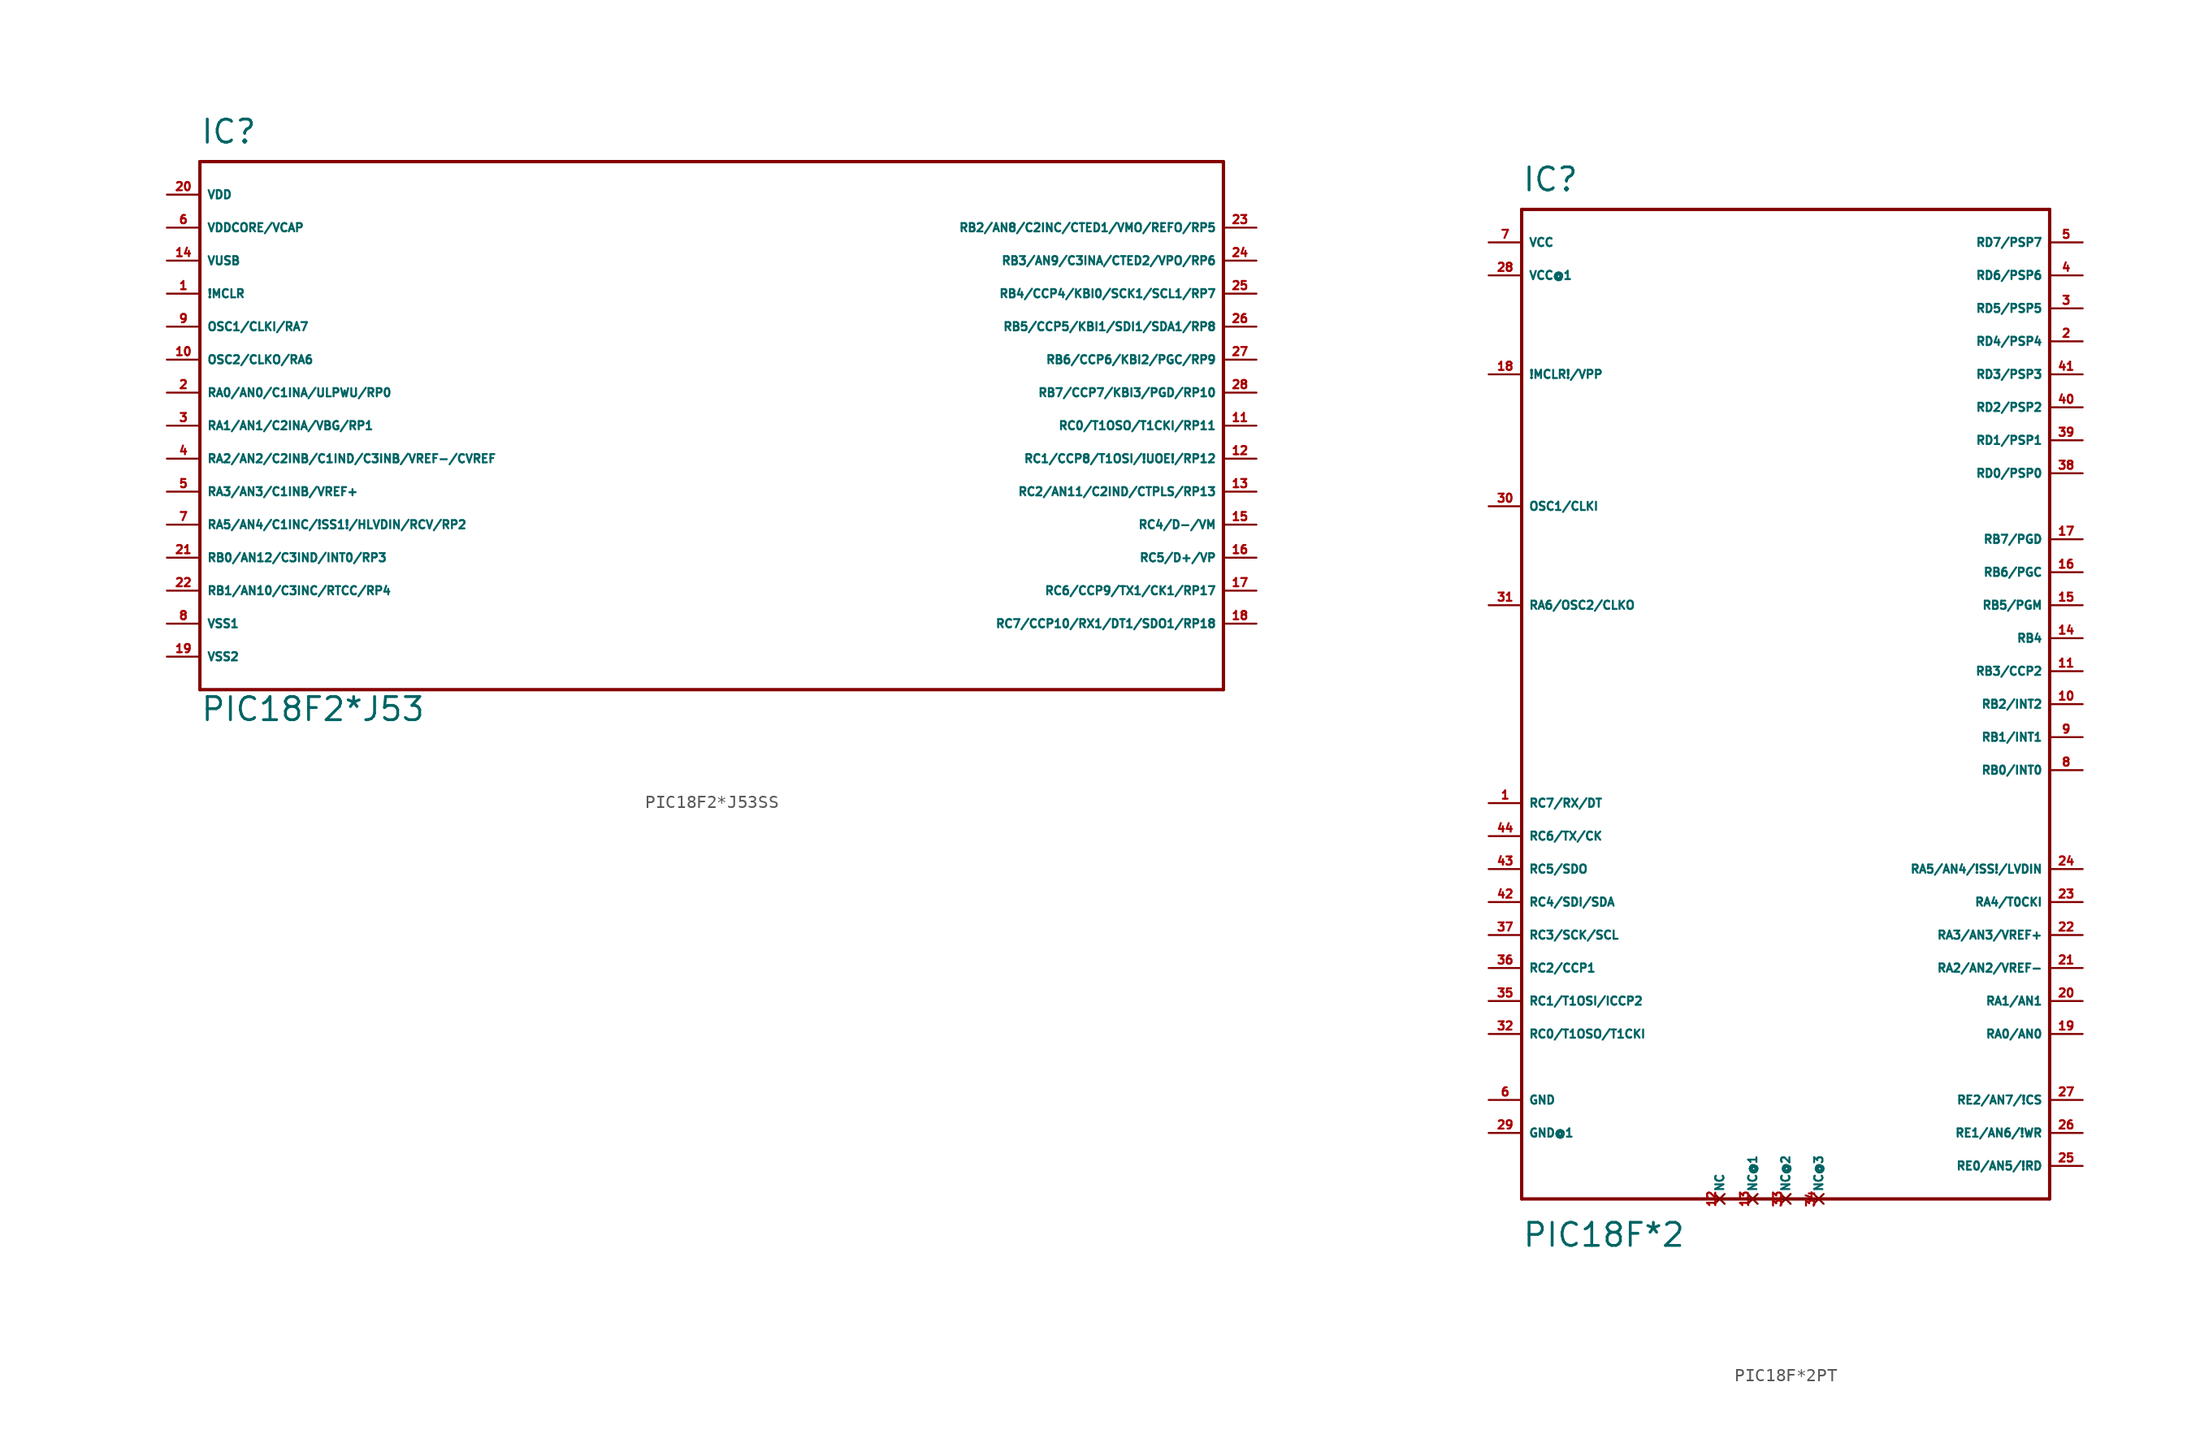
<source format=kicad_sym>
(kicad_symbol_lib
  (version 20220914)
  (generator Eagle2Kicad)
  (symbol "PIC18F2*J53SS"
    (property "Reference" "IC"
      (at -38.1 21.59 0)
      (effects (font (size 1.778 1.778) (thickness 0.22)) (justify left bottom)))
    (property "Value" "PIC18F2*J53"
      (at -38.1 -22.86 0)
      (effects (font (size 1.778 1.778) (thickness 0.22)) (justify left bottom)))
    (polyline
      (pts (xy -38.1 20.32) (xy 40.64 20.32))
      (stroke (width 0.254) (type default))
      (fill (type none)))
    (polyline
      (pts (xy 40.64 20.32) (xy 40.64 -20.32))
      (stroke (width 0.254) (type default))
      (fill (type none)))
    (polyline
      (pts (xy 40.64 -20.32) (xy -38.1 -20.32))
      (stroke (width 0.254) (type default))
      (fill (type none)))
    (polyline
      (pts (xy -38.1 -20.32) (xy -38.1 20.32))
      (stroke (width 0.254) (type default))
      (fill (type none)))
    (pin input line
      (at -40.64 10.16 0)
      (length 2.54)
      (name "!MCLR" (effects (font (size 0.635 0.635) (thickness 0.08)) (justify left bottom)))
      (number "1" (effects (font (size 0.635 0.635) (thickness 0.08)) (justify left bottom))))
    (pin bidirectional line
      (at -40.64 7.62 0)
      (length 2.54)
      (name "OSC1/CLKI/RA7" (effects (font (size 0.635 0.635) (thickness 0.08)) (justify left bottom)))
      (number "9" (effects (font (size 0.635 0.635) (thickness 0.08)) (justify left bottom))))
    (pin bidirectional line
      (at -40.64 5.08 0)
      (length 2.54)
      (name "OSC2/CLKO/RA6" (effects (font (size 0.635 0.635) (thickness 0.08)) (justify left bottom)))
      (number "10" (effects (font (size 0.635 0.635) (thickness 0.08)) (justify left bottom))))
    (pin bidirectional line
      (at -40.64 2.54 0)
      (length 2.54)
      (name "RA0/AN0/C1INA/ULPWU/RP0" (effects (font (size 0.635 0.635) (thickness 0.08)) (justify left bottom)))
      (number "2" (effects (font (size 0.635 0.635) (thickness 0.08)) (justify left bottom))))
    (pin bidirectional line
      (at -40.64 0 0)
      (length 2.54)
      (name "RA1/AN1/C2INA/VBG/RP1" (effects (font (size 0.635 0.635) (thickness 0.08)) (justify left bottom)))
      (number "3" (effects (font (size 0.635 0.635) (thickness 0.08)) (justify left bottom))))
    (pin bidirectional line
      (at -40.64 -2.54 0)
      (length 2.54)
      (name "RA2/AN2/C2INB/C1IND/C3INB/VREF-/CVREF" (effects (font (size 0.635 0.635) (thickness 0.08)) (justify left bottom)))
      (number "4" (effects (font (size 0.635 0.635) (thickness 0.08)) (justify left bottom))))
    (pin bidirectional line
      (at -40.64 -5.08 0)
      (length 2.54)
      (name "RA3/AN3/C1INB/VREF+" (effects (font (size 0.635 0.635) (thickness 0.08)) (justify left bottom)))
      (number "5" (effects (font (size 0.635 0.635) (thickness 0.08)) (justify left bottom))))
    (pin bidirectional line
      (at -40.64 -7.62 0)
      (length 2.54)
      (name "RA5/AN4/C1INC/!SS1!/HLVDIN/RCV/RP2" (effects (font (size 0.635 0.635) (thickness 0.08)) (justify left bottom)))
      (number "7" (effects (font (size 0.635 0.635) (thickness 0.08)) (justify left bottom))))
    (pin bidirectional line
      (at -40.64 -10.16 0)
      (length 2.54)
      (name "RB0/AN12/C3IND/INT0/RP3" (effects (font (size 0.635 0.635) (thickness 0.08)) (justify left bottom)))
      (number "21" (effects (font (size 0.635 0.635) (thickness 0.08)) (justify left bottom))))
    (pin bidirectional line
      (at -40.64 -12.7 0)
      (length 2.54)
      (name "RB1/AN10/C3INC/RTCC/RP4" (effects (font (size 0.635 0.635) (thickness 0.08)) (justify left bottom)))
      (number "22" (effects (font (size 0.635 0.635) (thickness 0.08)) (justify left bottom))))
    (pin bidirectional line
      (at 43.18 15.24 180)
      (length 2.54)
      (name "RB2/AN8/C2INC/CTED1/VMO/REFO/RP5" (effects (font (size 0.635 0.635) (thickness 0.08)) (justify left bottom)))
      (number "23" (effects (font (size 0.635 0.635) (thickness 0.08)) (justify left bottom))))
    (pin bidirectional line
      (at 43.18 12.7 180)
      (length 2.54)
      (name "RB3/AN9/C3INA/CTED2/VPO/RP6" (effects (font (size 0.635 0.635) (thickness 0.08)) (justify left bottom)))
      (number "24" (effects (font (size 0.635 0.635) (thickness 0.08)) (justify left bottom))))
    (pin bidirectional line
      (at 43.18 10.16 180)
      (length 2.54)
      (name "RB4/CCP4/KBI0/SCK1/SCL1/RP7" (effects (font (size 0.635 0.635) (thickness 0.08)) (justify left bottom)))
      (number "25" (effects (font (size 0.635 0.635) (thickness 0.08)) (justify left bottom))))
    (pin bidirectional line
      (at 43.18 7.62 180)
      (length 2.54)
      (name "RB5/CCP5/KBI1/SDI1/SDA1/RP8" (effects (font (size 0.635 0.635) (thickness 0.08)) (justify left bottom)))
      (number "26" (effects (font (size 0.635 0.635) (thickness 0.08)) (justify left bottom))))
    (pin bidirectional line
      (at 43.18 5.08 180)
      (length 2.54)
      (name "RB6/CCP6/KBI2/PGC/RP9" (effects (font (size 0.635 0.635) (thickness 0.08)) (justify left bottom)))
      (number "27" (effects (font (size 0.635 0.635) (thickness 0.08)) (justify left bottom))))
    (pin bidirectional line
      (at 43.18 2.54 180)
      (length 2.54)
      (name "RB7/CCP7/KBI3/PGD/RP10" (effects (font (size 0.635 0.635) (thickness 0.08)) (justify left bottom)))
      (number "28" (effects (font (size 0.635 0.635) (thickness 0.08)) (justify left bottom))))
    (pin bidirectional line
      (at 43.18 0 180)
      (length 2.54)
      (name "RC0/T1OSO/T1CKI/RP11" (effects (font (size 0.635 0.635) (thickness 0.08)) (justify left bottom)))
      (number "11" (effects (font (size 0.635 0.635) (thickness 0.08)) (justify left bottom))))
    (pin bidirectional line
      (at 43.18 -2.54 180)
      (length 2.54)
      (name "RC1/CCP8/T1OSI/!UOE!/RP12" (effects (font (size 0.635 0.635) (thickness 0.08)) (justify left bottom)))
      (number "12" (effects (font (size 0.635 0.635) (thickness 0.08)) (justify left bottom))))
    (pin bidirectional line
      (at 43.18 -5.08 180)
      (length 2.54)
      (name "RC2/AN11/C2IND/CTPLS/RP13" (effects (font (size 0.635 0.635) (thickness 0.08)) (justify left bottom)))
      (number "13" (effects (font (size 0.635 0.635) (thickness 0.08)) (justify left bottom))))
    (pin bidirectional line
      (at 43.18 -7.62 180)
      (length 2.54)
      (name "RC4/D-/VM" (effects (font (size 0.635 0.635) (thickness 0.08)) (justify left bottom)))
      (number "15" (effects (font (size 0.635 0.635) (thickness 0.08)) (justify left bottom))))
    (pin bidirectional line
      (at 43.18 -10.16 180)
      (length 2.54)
      (name "RC5/D+/VP" (effects (font (size 0.635 0.635) (thickness 0.08)) (justify left bottom)))
      (number "16" (effects (font (size 0.635 0.635) (thickness 0.08)) (justify left bottom))))
    (pin bidirectional line
      (at 43.18 -12.7 180)
      (length 2.54)
      (name "RC6/CCP9/TX1/CK1/RP17" (effects (font (size 0.635 0.635) (thickness 0.08)) (justify left bottom)))
      (number "17" (effects (font (size 0.635 0.635) (thickness 0.08)) (justify left bottom))))
    (pin bidirectional line
      (at 43.18 -15.24 180)
      (length 2.54)
      (name "RC7/CCP10/RX1/DT1/SDO1/RP18" (effects (font (size 0.635 0.635) (thickness 0.08)) (justify left bottom)))
      (number "18" (effects (font (size 0.635 0.635) (thickness 0.08)) (justify left bottom))))
    (pin input line
      (at -40.64 -15.24 0)
      (length 2.54)
      (name "VSS1" (effects (font (size 0.635 0.635) (thickness 0.08)) (justify left bottom)))
      (number "8" (effects (font (size 0.635 0.635) (thickness 0.08)) (justify left bottom))))
    (pin input line
      (at -40.64 -17.78 0)
      (length 2.54)
      (name "VSS2" (effects (font (size 0.635 0.635) (thickness 0.08)) (justify left bottom)))
      (number "19" (effects (font (size 0.635 0.635) (thickness 0.08)) (justify left bottom))))
    (pin input line
      (at -40.64 17.78 0)
      (length 2.54)
      (name "VDD" (effects (font (size 0.635 0.635) (thickness 0.08)) (justify left bottom)))
      (number "20" (effects (font (size 0.635 0.635) (thickness 0.08)) (justify left bottom))))
    (pin input line
      (at -40.64 15.24 0)
      (length 2.54)
      (name "VDDCORE/VCAP" (effects (font (size 0.635 0.635) (thickness 0.08)) (justify left bottom)))
      (number "6" (effects (font (size 0.635 0.635) (thickness 0.08)) (justify left bottom))))
    (pin input line
      (at -40.64 12.7 0)
      (length 2.54)
      (name "VUSB" (effects (font (size 0.635 0.635) (thickness 0.08)) (justify left bottom)))
      (number "14" (effects (font (size 0.635 0.635) (thickness 0.08)) (justify left bottom)))))
  (symbol "PIC18F*2PT"
    (property "Reference" "IC"
      (at -20.32 36.83 0)
      (effects (font (size 1.778 1.778) (thickness 0.22)) (justify left bottom)))
    (property "Value" "PIC18F*2"
      (at -20.32 -44.45 0)
      (effects (font (size 1.778 1.778) (thickness 0.22)) (justify left bottom)))
    (polyline
      (pts (xy -20.32 35.56) (xy 20.32 35.56))
      (stroke (width 0.254) (type default))
      (fill (type none)))
    (polyline
      (pts (xy 20.32 35.56) (xy 20.32 -40.64))
      (stroke (width 0.254) (type default))
      (fill (type none)))
    (polyline
      (pts (xy 20.32 -40.64) (xy -20.32 -40.64))
      (stroke (width 0.254) (type default))
      (fill (type none)))
    (polyline
      (pts (xy -20.32 -40.64) (xy -20.32 35.56))
      (stroke (width 0.254) (type default))
      (fill (type none)))
    (pin bidirectional line
      (at -22.86 -10.16 0)
      (length 2.54)
      (name "RC7/RX/DT" (effects (font (size 0.635 0.635) (thickness 0.08)) (justify left bottom)))
      (number "1" (effects (font (size 0.635 0.635) (thickness 0.08)) (justify left bottom))))
    (pin bidirectional line
      (at 22.86 25.4 180)
      (length 2.54)
      (name "RD4/PSP4" (effects (font (size 0.635 0.635) (thickness 0.08)) (justify left bottom)))
      (number "2" (effects (font (size 0.635 0.635) (thickness 0.08)) (justify left bottom))))
    (pin bidirectional line
      (at 22.86 27.94 180)
      (length 2.54)
      (name "RD5/PSP5" (effects (font (size 0.635 0.635) (thickness 0.08)) (justify left bottom)))
      (number "3" (effects (font (size 0.635 0.635) (thickness 0.08)) (justify left bottom))))
    (pin bidirectional line
      (at 22.86 30.48 180)
      (length 2.54)
      (name "RD6/PSP6" (effects (font (size 0.635 0.635) (thickness 0.08)) (justify left bottom)))
      (number "4" (effects (font (size 0.635 0.635) (thickness 0.08)) (justify left bottom))))
    (pin bidirectional line
      (at 22.86 33.02 180)
      (length 2.54)
      (name "RD7/PSP7" (effects (font (size 0.635 0.635) (thickness 0.08)) (justify left bottom)))
      (number "5" (effects (font (size 0.635 0.635) (thickness 0.08)) (justify left bottom))))
    (pin unspecified line
      (at -22.86 -33.02 0)
      (length 2.54)
      (name "GND" (effects (font (size 0.635 0.635) (thickness 0.08)) (justify left bottom)))
      (number "6" (effects (font (size 0.635 0.635) (thickness 0.08)) (justify left bottom))))
    (pin unspecified line
      (at -22.86 33.02 0)
      (length 2.54)
      (name "VCC" (effects (font (size 0.635 0.635) (thickness 0.08)) (justify left bottom)))
      (number "7" (effects (font (size 0.635 0.635) (thickness 0.08)) (justify left bottom))))
    (pin bidirectional line
      (at 22.86 -7.62 180)
      (length 2.54)
      (name "RB0/INT0" (effects (font (size 0.635 0.635) (thickness 0.08)) (justify left bottom)))
      (number "8" (effects (font (size 0.635 0.635) (thickness 0.08)) (justify left bottom))))
    (pin bidirectional line
      (at 22.86 -5.08 180)
      (length 2.54)
      (name "RB1/INT1" (effects (font (size 0.635 0.635) (thickness 0.08)) (justify left bottom)))
      (number "9" (effects (font (size 0.635 0.635) (thickness 0.08)) (justify left bottom))))
    (pin bidirectional line
      (at 22.86 -2.54 180)
      (length 2.54)
      (name "RB2/INT2" (effects (font (size 0.635 0.635) (thickness 0.08)) (justify left bottom)))
      (number "10" (effects (font (size 0.635 0.635) (thickness 0.08)) (justify left bottom))))
    (pin bidirectional line
      (at 22.86 0 180)
      (length 2.54)
      (name "RB3/CCP2" (effects (font (size 0.635 0.635) (thickness 0.08)) (justify left bottom)))
      (number "11" (effects (font (size 0.635 0.635) (thickness 0.08)) (justify left bottom))))
    (pin no_connect line
      (at -5.08 -40.64 90)
      (length 0)
      (name "NC" (effects (font (size 0.635 0.635) (thickness 0.08)) (justify left bottom) hide))
      (number "12" (effects (font (size 0.635 0.635) (thickness 0.08)) (justify left bottom) hide)))
    (pin bidirectional line
      (at 22.86 2.54 180)
      (length 2.54)
      (name "RB4" (effects (font (size 0.635 0.635) (thickness 0.08)) (justify left bottom)))
      (number "14" (effects (font (size 0.635 0.635) (thickness 0.08)) (justify left bottom))))
    (pin bidirectional line
      (at 22.86 5.08 180)
      (length 2.54)
      (name "RB5/PGM" (effects (font (size 0.635 0.635) (thickness 0.08)) (justify left bottom)))
      (number "15" (effects (font (size 0.635 0.635) (thickness 0.08)) (justify left bottom))))
    (pin bidirectional line
      (at 22.86 7.62 180)
      (length 2.54)
      (name "RB6/PGC" (effects (font (size 0.635 0.635) (thickness 0.08)) (justify left bottom)))
      (number "16" (effects (font (size 0.635 0.635) (thickness 0.08)) (justify left bottom))))
    (pin bidirectional line
      (at 22.86 10.16 180)
      (length 2.54)
      (name "RB7/PGD" (effects (font (size 0.635 0.635) (thickness 0.08)) (justify left bottom)))
      (number "17" (effects (font (size 0.635 0.635) (thickness 0.08)) (justify left bottom))))
    (pin input line
      (at -22.86 22.86 0)
      (length 2.54)
      (name "!MCLR!/VPP" (effects (font (size 0.635 0.635) (thickness 0.08)) (justify left bottom)))
      (number "18" (effects (font (size 0.635 0.635) (thickness 0.08)) (justify left bottom))))
    (pin bidirectional line
      (at 22.86 -27.94 180)
      (length 2.54)
      (name "RA0/AN0" (effects (font (size 0.635 0.635) (thickness 0.08)) (justify left bottom)))
      (number "19" (effects (font (size 0.635 0.635) (thickness 0.08)) (justify left bottom))))
    (pin bidirectional line
      (at 22.86 -25.4 180)
      (length 2.54)
      (name "RA1/AN1" (effects (font (size 0.635 0.635) (thickness 0.08)) (justify left bottom)))
      (number "20" (effects (font (size 0.635 0.635) (thickness 0.08)) (justify left bottom))))
    (pin bidirectional line
      (at 22.86 -22.86 180)
      (length 2.54)
      (name "RA2/AN2/VREF-" (effects (font (size 0.635 0.635) (thickness 0.08)) (justify left bottom)))
      (number "21" (effects (font (size 0.635 0.635) (thickness 0.08)) (justify left bottom))))
    (pin bidirectional line
      (at 22.86 -20.32 180)
      (length 2.54)
      (name "RA3/AN3/VREF+" (effects (font (size 0.635 0.635) (thickness 0.08)) (justify left bottom)))
      (number "22" (effects (font (size 0.635 0.635) (thickness 0.08)) (justify left bottom))))
    (pin bidirectional line
      (at 22.86 -17.78 180)
      (length 2.54)
      (name "RA4/T0CKI" (effects (font (size 0.635 0.635) (thickness 0.08)) (justify left bottom)))
      (number "23" (effects (font (size 0.635 0.635) (thickness 0.08)) (justify left bottom))))
    (pin bidirectional line
      (at 22.86 -15.24 180)
      (length 2.54)
      (name "RA5/AN4/!SS!/LVDIN" (effects (font (size 0.635 0.635) (thickness 0.08)) (justify left bottom)))
      (number "24" (effects (font (size 0.635 0.635) (thickness 0.08)) (justify left bottom))))
    (pin bidirectional line
      (at 22.86 -38.1 180)
      (length 2.54)
      (name "RE0/AN5/!RD" (effects (font (size 0.635 0.635) (thickness 0.08)) (justify left bottom)))
      (number "25" (effects (font (size 0.635 0.635) (thickness 0.08)) (justify left bottom))))
    (pin bidirectional line
      (at 22.86 -35.56 180)
      (length 2.54)
      (name "RE1/AN6/!WR" (effects (font (size 0.635 0.635) (thickness 0.08)) (justify left bottom)))
      (number "26" (effects (font (size 0.635 0.635) (thickness 0.08)) (justify left bottom))))
    (pin bidirectional line
      (at 22.86 -33.02 180)
      (length 2.54)
      (name "RE2/AN7/!CS" (effects (font (size 0.635 0.635) (thickness 0.08)) (justify left bottom)))
      (number "27" (effects (font (size 0.635 0.635) (thickness 0.08)) (justify left bottom))))
    (pin unspecified line
      (at -22.86 30.48 0)
      (length 2.54)
      (name "VCC@1" (effects (font (size 0.635 0.635) (thickness 0.08)) (justify left bottom)))
      (number "28" (effects (font (size 0.635 0.635) (thickness 0.08)) (justify left bottom))))
    (pin unspecified line
      (at -22.86 -35.56 0)
      (length 2.54)
      (name "GND@1" (effects (font (size 0.635 0.635) (thickness 0.08)) (justify left bottom)))
      (number "29" (effects (font (size 0.635 0.635) (thickness 0.08)) (justify left bottom))))
    (pin input line
      (at -22.86 12.7 0)
      (length 2.54)
      (name "OSC1/CLKI" (effects (font (size 0.635 0.635) (thickness 0.08)) (justify left bottom)))
      (number "30" (effects (font (size 0.635 0.635) (thickness 0.08)) (justify left bottom))))
    (pin output line
      (at -22.86 5.08 0)
      (length 2.54)
      (name "RA6/OSC2/CLKO" (effects (font (size 0.635 0.635) (thickness 0.08)) (justify left bottom)))
      (number "31" (effects (font (size 0.635 0.635) (thickness 0.08)) (justify left bottom))))
    (pin bidirectional line
      (at -22.86 -27.94 0)
      (length 2.54)
      (name "RC0/T1OSO/T1CKI" (effects (font (size 0.635 0.635) (thickness 0.08)) (justify left bottom)))
      (number "32" (effects (font (size 0.635 0.635) (thickness 0.08)) (justify left bottom))))
    (pin bidirectional line
      (at -22.86 -25.4 0)
      (length 2.54)
      (name "RC1/T1OSI/ICCP2" (effects (font (size 0.635 0.635) (thickness 0.08)) (justify left bottom)))
      (number "35" (effects (font (size 0.635 0.635) (thickness 0.08)) (justify left bottom))))
    (pin bidirectional line
      (at -22.86 -22.86 0)
      (length 2.54)
      (name "RC2/CCP1" (effects (font (size 0.635 0.635) (thickness 0.08)) (justify left bottom)))
      (number "36" (effects (font (size 0.635 0.635) (thickness 0.08)) (justify left bottom))))
    (pin bidirectional line
      (at 22.86 15.24 180)
      (length 2.54)
      (name "RD0/PSP0" (effects (font (size 0.635 0.635) (thickness 0.08)) (justify left bottom)))
      (number "38" (effects (font (size 0.635 0.635) (thickness 0.08)) (justify left bottom))))
    (pin bidirectional line
      (at 22.86 17.78 180)
      (length 2.54)
      (name "RD1/PSP1" (effects (font (size 0.635 0.635) (thickness 0.08)) (justify left bottom)))
      (number "39" (effects (font (size 0.635 0.635) (thickness 0.08)) (justify left bottom))))
    (pin bidirectional line
      (at 22.86 20.32 180)
      (length 2.54)
      (name "RD2/PSP2" (effects (font (size 0.635 0.635) (thickness 0.08)) (justify left bottom)))
      (number "40" (effects (font (size 0.635 0.635) (thickness 0.08)) (justify left bottom))))
    (pin bidirectional line
      (at 22.86 22.86 180)
      (length 2.54)
      (name "RD3/PSP3" (effects (font (size 0.635 0.635) (thickness 0.08)) (justify left bottom)))
      (number "41" (effects (font (size 0.635 0.635) (thickness 0.08)) (justify left bottom))))
    (pin bidirectional line
      (at -22.86 -17.78 0)
      (length 2.54)
      (name "RC4/SDI/SDA" (effects (font (size 0.635 0.635) (thickness 0.08)) (justify left bottom)))
      (number "42" (effects (font (size 0.635 0.635) (thickness 0.08)) (justify left bottom))))
    (pin bidirectional line
      (at -22.86 -15.24 0)
      (length 2.54)
      (name "RC5/SDO" (effects (font (size 0.635 0.635) (thickness 0.08)) (justify left bottom)))
      (number "43" (effects (font (size 0.635 0.635) (thickness 0.08)) (justify left bottom))))
    (pin bidirectional line
      (at -22.86 -12.7 0)
      (length 2.54)
      (name "RC6/TX/CK" (effects (font (size 0.635 0.635) (thickness 0.08)) (justify left bottom)))
      (number "44" (effects (font (size 0.635 0.635) (thickness 0.08)) (justify left bottom))))
    (pin bidirectional line
      (at -22.86 -20.32 0)
      (length 2.54)
      (name "RC3/SCK/SCL" (effects (font (size 0.635 0.635) (thickness 0.08)) (justify left bottom)))
      (number "37" (effects (font (size 0.635 0.635) (thickness 0.08)) (justify left bottom))))
    (pin no_connect line
      (at -2.54 -40.64 90)
      (length 0)
      (name "NC@1" (effects (font (size 0.635 0.635) (thickness 0.08)) (justify left bottom) hide))
      (number "13" (effects (font (size 0.635 0.635) (thickness 0.08)) (justify left bottom) hide)))
    (pin no_connect line
      (at 0 -40.64 90)
      (length 0)
      (name "NC@2" (effects (font (size 0.635 0.635) (thickness 0.08)) (justify left bottom) hide))
      (number "33" (effects (font (size 0.635 0.635) (thickness 0.08)) (justify left bottom) hide)))
    (pin no_connect line
      (at 2.54 -40.64 90)
      (length 0)
      (name "NC@3" (effects (font (size 0.635 0.635) (thickness 0.08)) (justify left bottom) hide))
      (number "34" (effects (font (size 0.635 0.635) (thickness 0.08)) (justify left bottom) hide)))))
</source>
